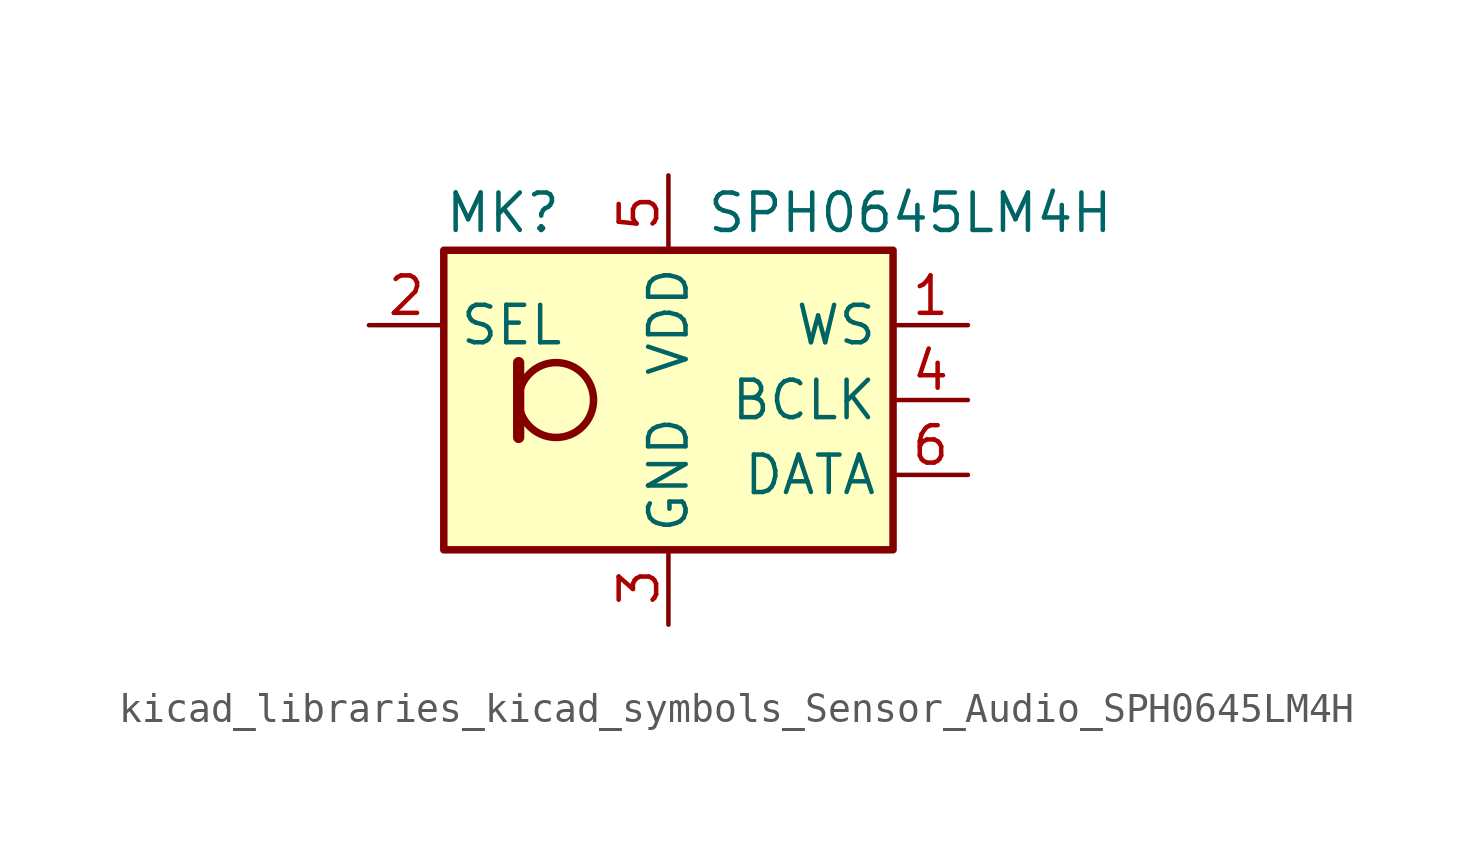
<source format=kicad_sym>
(kicad_symbol_lib
  (version 20220914)
  (generator kicad_symbol_editor)
  (symbol "kicad_libraries_kicad_symbols_Sensor_Audio_SPH0645LM4H"
    (property "Reference" "MK"
      (at -7.62 6.35 0)
      (effects (font (size 1.27 1.27)) (justify left)))
    (property "Value" "SPH0645LM4H"
      (at 1.27 6.35 0)
      (effects (font (size 1.27 1.27)) (justify left)))
    (symbol "kicad_libraries_kicad_symbols_Sensor_Audio_SPH0645LM4H_1_1"
      (rectangle (start -7.62 5.08) (end 7.62 -5.08) (stroke (width 0.254) (type default)) (fill (type background)))
      (circle (center -3.81 0) (radius 1.27) (stroke (width 0.254) (type default)) (fill (type none)))
      (polyline (pts (xy -5.08 1.27) (xy -5.08 -1.27)) (stroke (width 0.381) (type default)) (fill (type none)))
      (pin input line (at 10.16 2.54 180) (length 2.54) (name "WS" (effects (font (size 1.27 1.27)))) (number "1" (effects (font (size 1.27 1.27)))))
      (pin input line (at -10.16 2.54 0) (length 2.54) (name "SEL" (effects (font (size 1.27 1.27)))) (number "2" (effects (font (size 1.27 1.27)))))
      (pin power_in line (at 0 -7.62 90) (length 2.54) (name "GND" (effects (font (size 1.27 1.27)))) (number "3" (effects (font (size 1.27 1.27)))))
      (pin input line (at 10.16 0 180) (length 2.54) (name "BCLK" (effects (font (size 1.27 1.27)))) (number "4" (effects (font (size 1.27 1.27)))))
      (pin power_in line (at 0 7.62 270) (length 2.54) (name "VDD" (effects (font (size 1.27 1.27)))) (number "5" (effects (font (size 1.27 1.27)))))
      (pin output line (at 10.16 -2.54 180) (length 2.54) (name "DATA" (effects (font (size 1.27 1.27)))) (number "6" (effects (font (size 1.27 1.27))))))))
</source>
